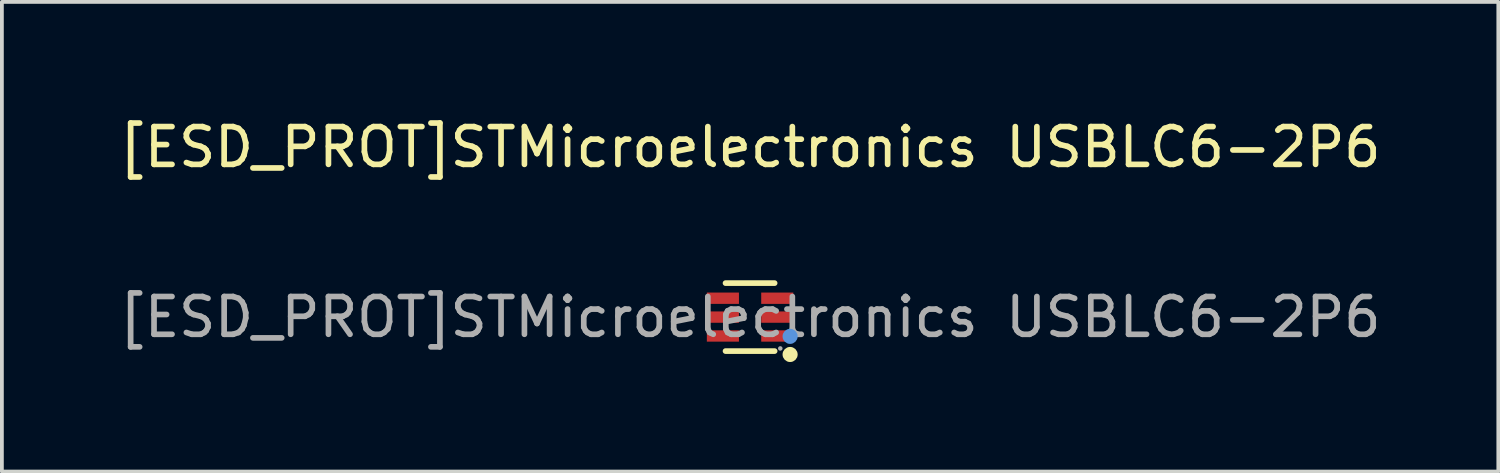
<source format=kicad_pcb>
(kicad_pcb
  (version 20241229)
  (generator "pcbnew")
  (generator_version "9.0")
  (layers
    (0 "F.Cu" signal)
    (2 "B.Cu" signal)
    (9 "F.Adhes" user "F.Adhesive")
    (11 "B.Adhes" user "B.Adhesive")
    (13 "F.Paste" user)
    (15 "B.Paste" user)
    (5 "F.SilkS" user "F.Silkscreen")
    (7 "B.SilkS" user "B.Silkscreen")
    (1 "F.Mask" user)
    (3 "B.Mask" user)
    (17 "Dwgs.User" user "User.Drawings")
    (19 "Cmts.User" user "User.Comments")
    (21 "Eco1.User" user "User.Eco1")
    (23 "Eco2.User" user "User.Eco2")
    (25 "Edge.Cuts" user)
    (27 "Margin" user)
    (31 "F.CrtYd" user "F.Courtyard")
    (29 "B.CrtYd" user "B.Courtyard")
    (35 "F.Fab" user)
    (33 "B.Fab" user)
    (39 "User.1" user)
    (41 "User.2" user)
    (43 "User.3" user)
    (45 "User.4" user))
  (footprint "[ESD_PROT]STMicroelectronics USBLC6-2P6"
    (layer "F.Cu")
    (at 16.815 5.348)
    (property "Reference" "[ESD_PROT]STMicroelectronics USBLC6-2P6" (at 0 -4.5 0) (layer "F.SilkS") (effects (font (size 1 1) (thickness 0.15))))
    (attr smd)
    (fp_line (start 0.65 -0.9) (end -0.65 -0.9) (stroke (width 0.15) (type solid)) (layer "F.SilkS"))
    (fp_line (start 0.65 0.9) (end -0.65 0.9) (stroke (width 0.15) (type solid)) (layer "F.SilkS"))
    (fp_arc (start 1.06 0.99) (mid 1.06 0.99) (end 1.06 0.99) (stroke (width 0.2) (type solid)) (layer "F.SilkS"))
    (fp_circle (center 1.06 0.51) (end 1.16 0.51) (stroke (width 0.2) (type solid)) (fill no) (layer "Cmts.User"))
    (fp_circle (center 0.8 0.83) (end 0.83 0.83) (stroke (width 0.06) (type solid)) (fill no) (layer "F.Fab"))
    (fp_text user "${REFERENCE}" (at 0 0 0) (layer "F.Fab") (effects (font (size 1 1) (thickness 0.15))))
    (pad "1" smd rect (at 0.72 0.5 90) (size 0.3 0.85) (layers "F.Cu" "F.Mask" "F.Paste"))
    (pad "2" smd rect (at 0.72 0 90) (size 0.3 0.85) (layers "F.Cu" "F.Mask" "F.Paste"))
    (pad "3" smd rect (at 0.72 -0.5 90) (size 0.3 0.85) (layers "F.Cu" "F.Mask" "F.Paste"))
    (pad "4" smd rect (at -0.72 -0.5 90) (size 0.3 0.85) (layers "F.Cu" "F.Mask" "F.Paste"))
    (pad "5" smd rect (at -0.72 0 90) (size 0.3 0.85) (layers "F.Cu" "F.Mask" "F.Paste"))
    (pad "6" smd rect (at -0.72 0.5 90) (size 0.3 0.85) (layers "F.Cu" "F.Mask" "F.Paste")))
  (gr_rect
    (start -3 -3)
    (end 36.631 9.438)
    (stroke (width 0.1) (type default))
    (fill no)
    (layer "Edge.Cuts")))
</source>
